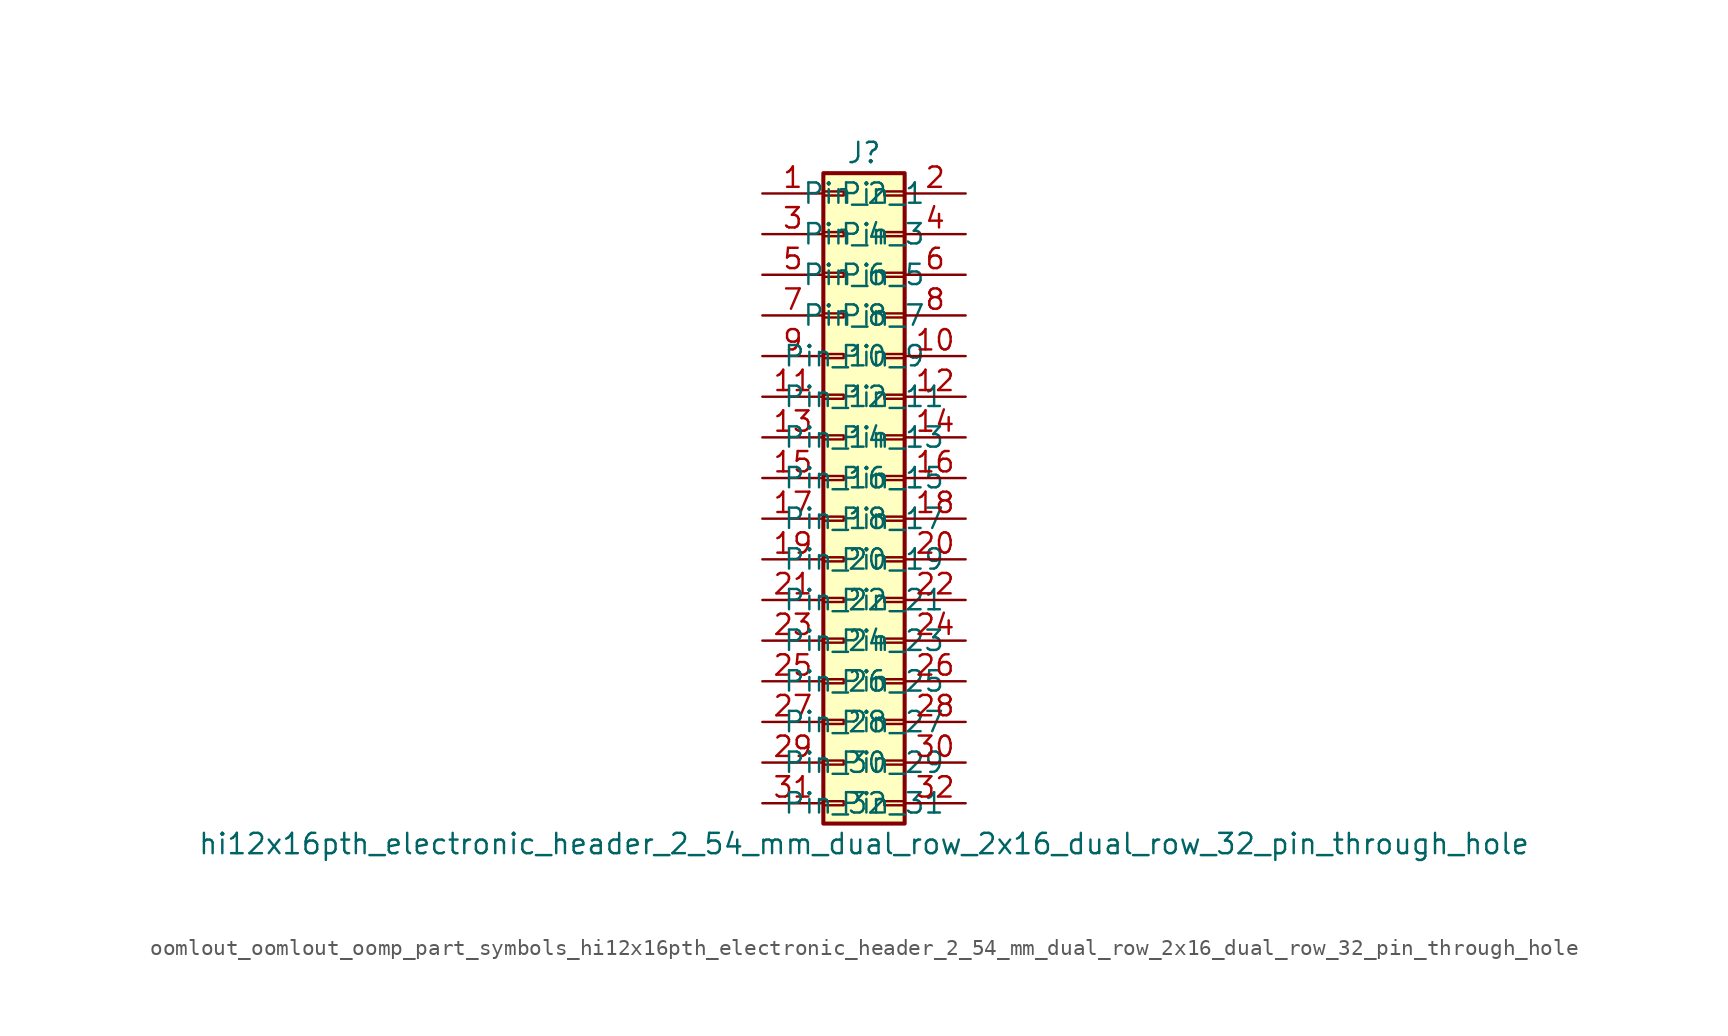
<source format=kicad_sym>
(kicad_symbol_lib
  (version 20220914)
  (generator kicad_symbol_editor)
  (symbol "oomlout_oomlout_oomp_part_symbols_hi12x16pth_electronic_header_2_54_mm_dual_row_2x16_dual_row_32_pin_through_hole"
    (pin_names
      (offset 1.016))
    (property "Reference" "J"
      (at 1.27 20.32 0)
      (effects (font (size 1.27 1.27))))
    (property "Value" "hi12x16pth_electronic_header_2_54_mm_dual_row_2x16_dual_row_32_pin_through_hole"
      (at 1.27 -22.86 0)
      (effects (font (size 1.27 1.27))))
    (symbol "oomlout_oomlout_oomp_part_symbols_hi12x16pth_electronic_header_2_54_mm_dual_row_2x16_dual_row_32_pin_through_hole_1_1"
      (rectangle (start -1.27 -20.193) (end 0 -20.447) (stroke (width 0.152) (type default)) (fill (type none)))
      (rectangle (start -1.27 -17.653) (end 0 -17.907) (stroke (width 0.152) (type default)) (fill (type none)))
      (rectangle (start -1.27 -15.113) (end 0 -15.367) (stroke (width 0.152) (type default)) (fill (type none)))
      (rectangle (start -1.27 -12.573) (end 0 -12.827) (stroke (width 0.152) (type default)) (fill (type none)))
      (rectangle (start -1.27 -10.033) (end 0 -10.287) (stroke (width 0.152) (type default)) (fill (type none)))
      (rectangle (start -1.27 -7.493) (end 0 -7.747) (stroke (width 0.152) (type default)) (fill (type none)))
      (rectangle (start -1.27 -4.953) (end 0 -5.207) (stroke (width 0.152) (type default)) (fill (type none)))
      (rectangle (start -1.27 -2.413) (end 0 -2.667) (stroke (width 0.152) (type default)) (fill (type none)))
      (rectangle (start -1.27 0.127) (end 0 -0.127) (stroke (width 0.152) (type default)) (fill (type none)))
      (rectangle (start -1.27 2.667) (end 0 2.413) (stroke (width 0.152) (type default)) (fill (type none)))
      (rectangle (start -1.27 5.207) (end 0 4.953) (stroke (width 0.152) (type default)) (fill (type none)))
      (rectangle (start -1.27 7.747) (end 0 7.493) (stroke (width 0.152) (type default)) (fill (type none)))
      (rectangle (start -1.27 10.287) (end 0 10.033) (stroke (width 0.152) (type default)) (fill (type none)))
      (rectangle (start -1.27 12.827) (end 0 12.573) (stroke (width 0.152) (type default)) (fill (type none)))
      (rectangle (start -1.27 15.367) (end 0 15.113) (stroke (width 0.152) (type default)) (fill (type none)))
      (rectangle (start -1.27 17.907) (end 0 17.653) (stroke (width 0.152) (type default)) (fill (type none)))
      (rectangle (start -1.27 19.05) (end 3.81 -21.59) (stroke (width 0.254) (type default)) (fill (type background)))
      (rectangle (start 3.81 -20.193) (end 2.54 -20.447) (stroke (width 0.152) (type default)) (fill (type none)))
      (rectangle (start 3.81 -17.653) (end 2.54 -17.907) (stroke (width 0.152) (type default)) (fill (type none)))
      (rectangle (start 3.81 -15.113) (end 2.54 -15.367) (stroke (width 0.152) (type default)) (fill (type none)))
      (rectangle (start 3.81 -12.573) (end 2.54 -12.827) (stroke (width 0.152) (type default)) (fill (type none)))
      (rectangle (start 3.81 -10.033) (end 2.54 -10.287) (stroke (width 0.152) (type default)) (fill (type none)))
      (rectangle (start 3.81 -7.493) (end 2.54 -7.747) (stroke (width 0.152) (type default)) (fill (type none)))
      (rectangle (start 3.81 -4.953) (end 2.54 -5.207) (stroke (width 0.152) (type default)) (fill (type none)))
      (rectangle (start 3.81 -2.413) (end 2.54 -2.667) (stroke (width 0.152) (type default)) (fill (type none)))
      (rectangle (start 3.81 0.127) (end 2.54 -0.127) (stroke (width 0.152) (type default)) (fill (type none)))
      (rectangle (start 3.81 2.667) (end 2.54 2.413) (stroke (width 0.152) (type default)) (fill (type none)))
      (rectangle (start 3.81 5.207) (end 2.54 4.953) (stroke (width 0.152) (type default)) (fill (type none)))
      (rectangle (start 3.81 7.747) (end 2.54 7.493) (stroke (width 0.152) (type default)) (fill (type none)))
      (rectangle (start 3.81 10.287) (end 2.54 10.033) (stroke (width 0.152) (type default)) (fill (type none)))
      (rectangle (start 3.81 12.827) (end 2.54 12.573) (stroke (width 0.152) (type default)) (fill (type none)))
      (rectangle (start 3.81 15.367) (end 2.54 15.113) (stroke (width 0.152) (type default)) (fill (type none)))
      (rectangle (start 3.81 17.907) (end 2.54 17.653) (stroke (width 0.152) (type default)) (fill (type none)))
      (pin passive line (at -5.08 17.78 0) (length 3.81) (name "Pin_1" (effects (font (size 1.27 1.27)))) (number "1" (effects (font (size 1.27 1.27)))))
      (pin passive line (at 7.62 7.62 180) (length 3.81) (name "Pin_10" (effects (font (size 1.27 1.27)))) (number "10" (effects (font (size 1.27 1.27)))))
      (pin passive line (at -5.08 5.08 0) (length 3.81) (name "Pin_11" (effects (font (size 1.27 1.27)))) (number "11" (effects (font (size 1.27 1.27)))))
      (pin passive line (at 7.62 5.08 180) (length 3.81) (name "Pin_12" (effects (font (size 1.27 1.27)))) (number "12" (effects (font (size 1.27 1.27)))))
      (pin passive line (at -5.08 2.54 0) (length 3.81) (name "Pin_13" (effects (font (size 1.27 1.27)))) (number "13" (effects (font (size 1.27 1.27)))))
      (pin passive line (at 7.62 2.54 180) (length 3.81) (name "Pin_14" (effects (font (size 1.27 1.27)))) (number "14" (effects (font (size 1.27 1.27)))))
      (pin passive line (at -5.08 0 0) (length 3.81) (name "Pin_15" (effects (font (size 1.27 1.27)))) (number "15" (effects (font (size 1.27 1.27)))))
      (pin passive line (at 7.62 0 180) (length 3.81) (name "Pin_16" (effects (font (size 1.27 1.27)))) (number "16" (effects (font (size 1.27 1.27)))))
      (pin passive line (at -5.08 -2.54 0) (length 3.81) (name "Pin_17" (effects (font (size 1.27 1.27)))) (number "17" (effects (font (size 1.27 1.27)))))
      (pin passive line (at 7.62 -2.54 180) (length 3.81) (name "Pin_18" (effects (font (size 1.27 1.27)))) (number "18" (effects (font (size 1.27 1.27)))))
      (pin passive line (at -5.08 -5.08 0) (length 3.81) (name "Pin_19" (effects (font (size 1.27 1.27)))) (number "19" (effects (font (size 1.27 1.27)))))
      (pin passive line (at 7.62 17.78 180) (length 3.81) (name "Pin_2" (effects (font (size 1.27 1.27)))) (number "2" (effects (font (size 1.27 1.27)))))
      (pin passive line (at 7.62 -5.08 180) (length 3.81) (name "Pin_20" (effects (font (size 1.27 1.27)))) (number "20" (effects (font (size 1.27 1.27)))))
      (pin passive line (at -5.08 -7.62 0) (length 3.81) (name "Pin_21" (effects (font (size 1.27 1.27)))) (number "21" (effects (font (size 1.27 1.27)))))
      (pin passive line (at 7.62 -7.62 180) (length 3.81) (name "Pin_22" (effects (font (size 1.27 1.27)))) (number "22" (effects (font (size 1.27 1.27)))))
      (pin passive line (at -5.08 -10.16 0) (length 3.81) (name "Pin_23" (effects (font (size 1.27 1.27)))) (number "23" (effects (font (size 1.27 1.27)))))
      (pin passive line (at 7.62 -10.16 180) (length 3.81) (name "Pin_24" (effects (font (size 1.27 1.27)))) (number "24" (effects (font (size 1.27 1.27)))))
      (pin passive line (at -5.08 -12.7 0) (length 3.81) (name "Pin_25" (effects (font (size 1.27 1.27)))) (number "25" (effects (font (size 1.27 1.27)))))
      (pin passive line (at 7.62 -12.7 180) (length 3.81) (name "Pin_26" (effects (font (size 1.27 1.27)))) (number "26" (effects (font (size 1.27 1.27)))))
      (pin passive line (at -5.08 -15.24 0) (length 3.81) (name "Pin_27" (effects (font (size 1.27 1.27)))) (number "27" (effects (font (size 1.27 1.27)))))
      (pin passive line (at 7.62 -15.24 180) (length 3.81) (name "Pin_28" (effects (font (size 1.27 1.27)))) (number "28" (effects (font (size 1.27 1.27)))))
      (pin passive line (at -5.08 -17.78 0) (length 3.81) (name "Pin_29" (effects (font (size 1.27 1.27)))) (number "29" (effects (font (size 1.27 1.27)))))
      (pin passive line (at -5.08 15.24 0) (length 3.81) (name "Pin_3" (effects (font (size 1.27 1.27)))) (number "3" (effects (font (size 1.27 1.27)))))
      (pin passive line (at 7.62 -17.78 180) (length 3.81) (name "Pin_30" (effects (font (size 1.27 1.27)))) (number "30" (effects (font (size 1.27 1.27)))))
      (pin passive line (at -5.08 -20.32 0) (length 3.81) (name "Pin_31" (effects (font (size 1.27 1.27)))) (number "31" (effects (font (size 1.27 1.27)))))
      (pin passive line (at 7.62 -20.32 180) (length 3.81) (name "Pin_32" (effects (font (size 1.27 1.27)))) (number "32" (effects (font (size 1.27 1.27)))))
      (pin passive line (at 7.62 15.24 180) (length 3.81) (name "Pin_4" (effects (font (size 1.27 1.27)))) (number "4" (effects (font (size 1.27 1.27)))))
      (pin passive line (at -5.08 12.7 0) (length 3.81) (name "Pin_5" (effects (font (size 1.27 1.27)))) (number "5" (effects (font (size 1.27 1.27)))))
      (pin passive line (at 7.62 12.7 180) (length 3.81) (name "Pin_6" (effects (font (size 1.27 1.27)))) (number "6" (effects (font (size 1.27 1.27)))))
      (pin passive line (at -5.08 10.16 0) (length 3.81) (name "Pin_7" (effects (font (size 1.27 1.27)))) (number "7" (effects (font (size 1.27 1.27)))))
      (pin passive line (at 7.62 10.16 180) (length 3.81) (name "Pin_8" (effects (font (size 1.27 1.27)))) (number "8" (effects (font (size 1.27 1.27)))))
      (pin passive line (at -5.08 7.62 0) (length 3.81) (name "Pin_9" (effects (font (size 1.27 1.27)))) (number "9" (effects (font (size 1.27 1.27))))))))
</source>
